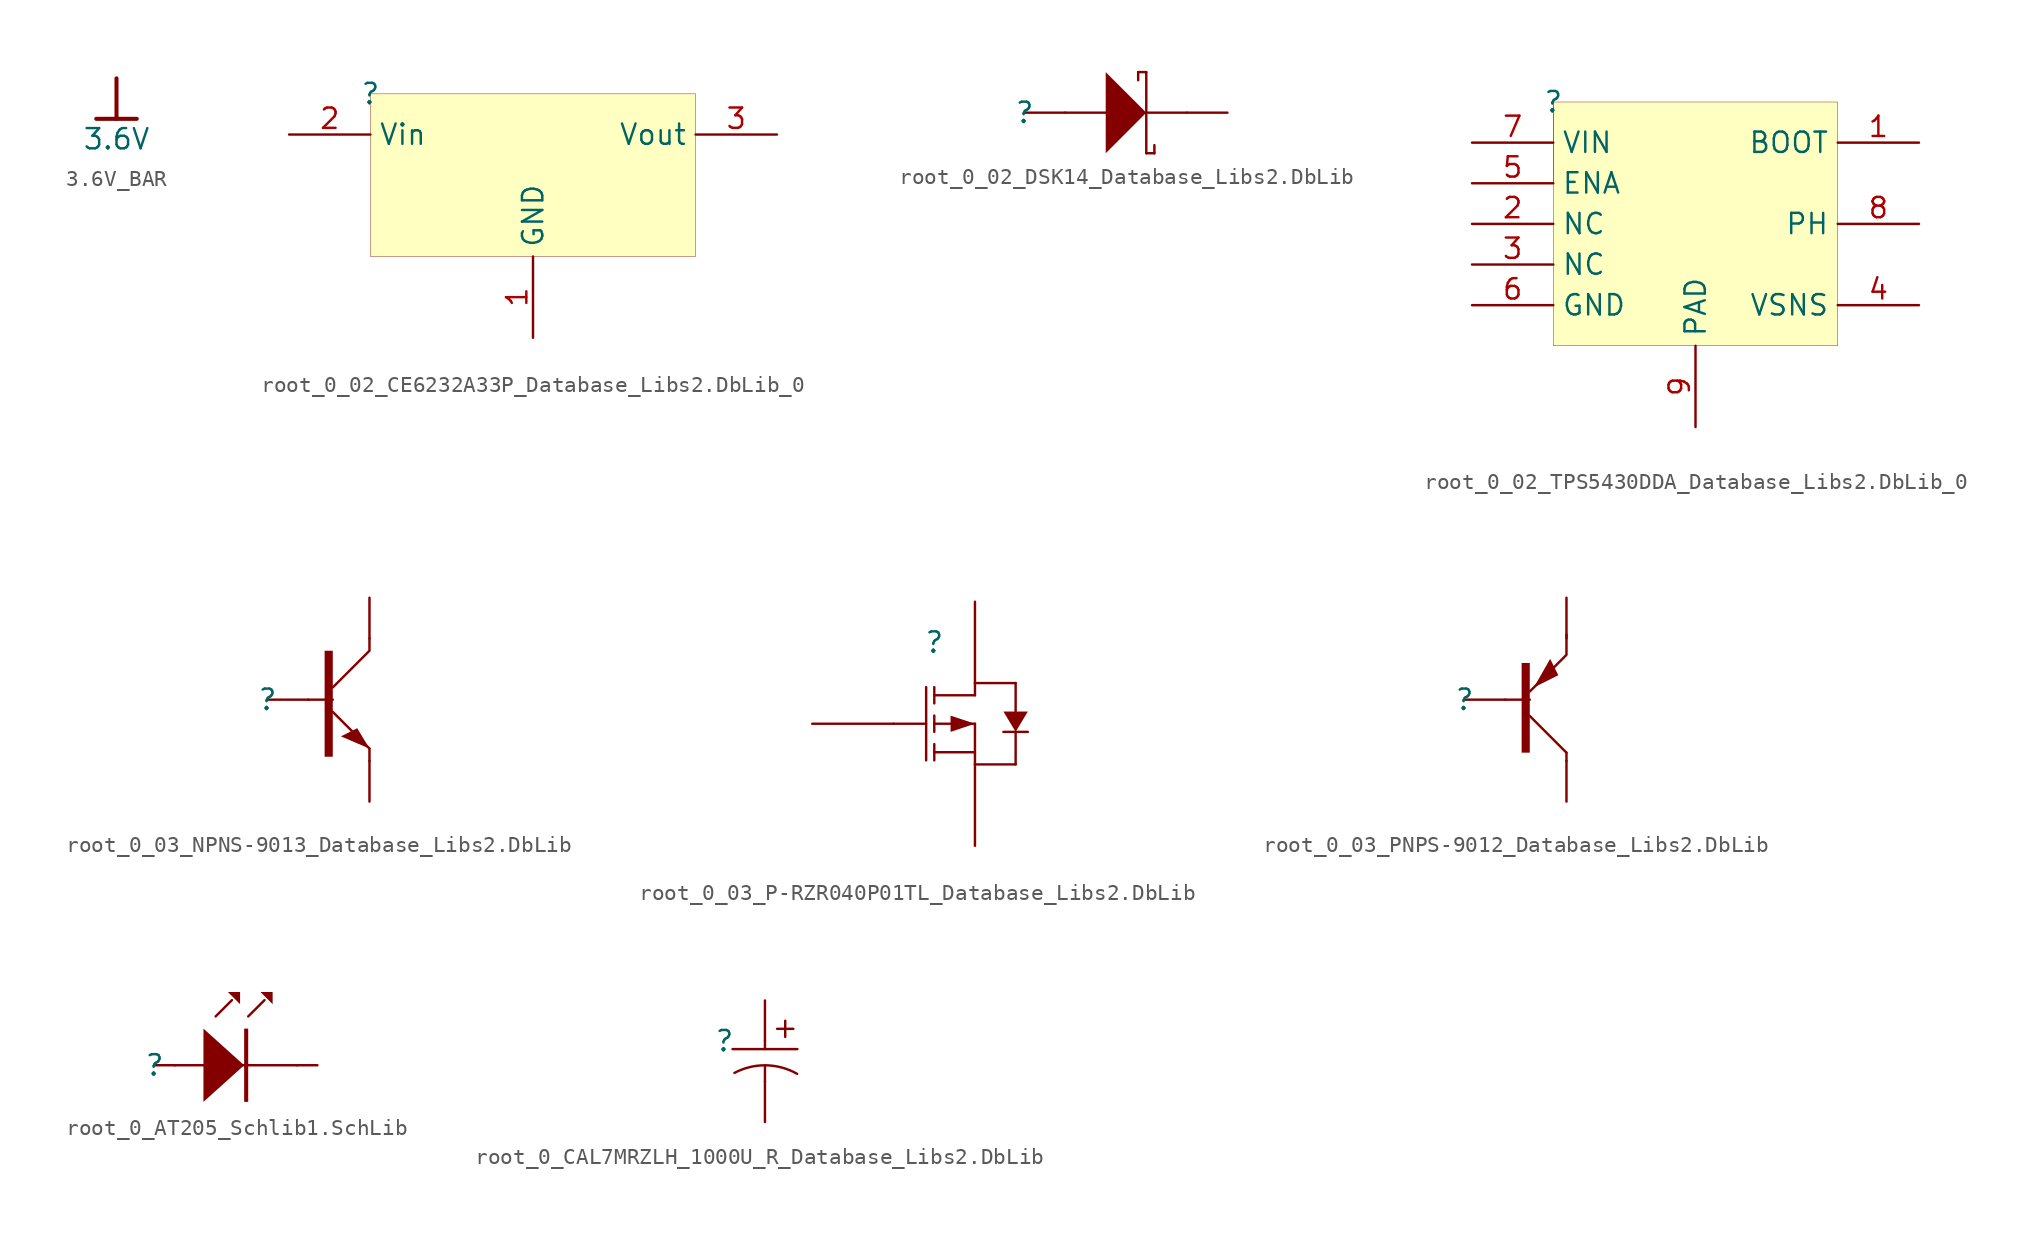
<source format=kicad_sym>
(kicad_symbol_lib
  (version 20241209)
  (generator "kicad_symbol_editor")
  (generator_version "9.0")
  (symbol "3.6V_BAR"
    (power)
    (property "Reference" "#PWR"
      (at 0 0 0)
      (effects (font (size 1.27 1.27)) (hide yes)))
    (property "Value" "3.6V"
      (at 0 -3.81 0)
      (effects (font (size 1.27 1.27))))
    (symbol "3.6V_BAR_0_0"
      (polyline (pts (xy -1.27 -2.54) (xy 1.27 -2.54)) (stroke (width 0.254) (type solid)) (fill (type none)))
      (polyline (pts (xy 0 0) (xy 0 -2.54)) (stroke (width 0.254) (type solid)) (fill (type none)))
      (pin power_in line (at 0 0 0) (length 0) (hide yes) (name "3.6V" (effects (font (size 1.27 1.27)))) (number "" (effects (font (size 1.27 1.27)))))))
  (symbol "root_0_02_CE6232A33P_Database_Libs2.DbLib_0"
    (property "Reference" ""
      (at 0 0 0)
      (effects (font (size 1.27 1.27))))
    (property "Value" ""
      (at 0 0 0)
      (effects (font (size 1.27 1.27))))
    (symbol "root_0_02_CE6232A33P_Database_Libs2.DbLib_0_1_0"
      (rectangle (start 20.32 0) (end 0 -10.16) (stroke (width 0.025) (type solid) (color 128 0 0 1)) (fill (type background)))
      (pin passive line (at -5.08 -2.54 0) (length 5.08) (name "Vin" (effects (font (size 1.27 1.27)))) (number "2" (effects (font (size 1.27 1.27)))))
      (pin passive line (at 10.16 -15.24 90) (length 5.08) (name "GND" (effects (font (size 1.27 1.27)))) (number "1" (effects (font (size 1.27 1.27)))))
      (pin passive line (at 25.4 -2.54 180) (length 5.08) (name "Vout" (effects (font (size 1.27 1.27)))) (number "3" (effects (font (size 1.27 1.27)))))))
  (symbol "root_0_02_DSK14_Database_Libs2.DbLib"
    (pin_numbers
      (hide yes))
    (pin_names
      (hide yes))
    (property "Reference" ""
      (at 0 0 0)
      (effects (font (size 1.27 1.27))))
    (property "Value" ""
      (at 0 0 0)
      (effects (font (size 1.27 1.27))))
    (symbol "root_0_02_DSK14_Database_Libs2.DbLib_1_0"
      (polyline (pts (xy 2.54 0) (xy 5.08 0)) (stroke (width 0) (type solid)) (fill (type none)))
      (polyline (pts (xy 7.112 2.54) (xy 7.112 2.032)) (stroke (width 0) (type solid)) (fill (type none)))
      (polyline (pts (xy 7.62 2.54) (xy 7.112 2.54)) (stroke (width 0) (type solid)) (fill (type none)))
      (polyline (pts (xy 7.62 2.54) (xy 7.62 -2.54)) (stroke (width 0) (type solid)) (fill (type none)))
      (polyline (pts (xy 7.62 0) (xy 10.16 0)) (stroke (width 0) (type solid)) (fill (type none)))
      (polyline (pts (xy 7.62 0) (xy 5.08 -2.54) (xy 5.08 2.54) (xy 7.62 0)) (stroke (width -0.0001) (type solid)) (fill (type outline)))
      (polyline (pts (xy 7.62 -2.54) (xy 8.128 -2.54)) (stroke (width 0) (type solid)) (fill (type none)))
      (polyline (pts (xy 8.128 -2.54) (xy 8.128 -2.032)) (stroke (width 0) (type solid)) (fill (type none)))
      (pin passive line (at 0 0 0) (length 2.54) (name "1" (effects (font (size 1.27 1.27)))) (number "1" (effects (font (size 1.27 1.27)))))
      (pin passive line (at 12.7 0 180) (length 2.54) (name "2" (effects (font (size 1.27 1.27)))) (number "2" (effects (font (size 1.27 1.27)))))))
  (symbol "root_0_02_TPS5430DDA_Database_Libs2.DbLib_0"
    (property "Reference" ""
      (at 0 0 0)
      (effects (font (size 1.27 1.27))))
    (property "Value" ""
      (at 0 0 0)
      (effects (font (size 1.27 1.27))))
    (symbol "root_0_02_TPS5430DDA_Database_Libs2.DbLib_0_1_0"
      (rectangle (start 0 0) (end 0 -5.08) (stroke (width 0.025) (type solid) (color 128 0 0 1)) (fill (type background)))
      (rectangle (start 17.78 0) (end 0 -15.24) (stroke (width 0.025) (type solid) (color 128 0 0 1)) (fill (type background)))
      (pin passive line (at -5.08 -2.54 0) (length 5.08) (name "VIN" (effects (font (size 1.27 1.27)))) (number "7" (effects (font (size 1.27 1.27)))))
      (pin passive line (at -5.08 -5.08 0) (length 5.08) (name "ENA" (effects (font (size 1.27 1.27)))) (number "5" (effects (font (size 1.27 1.27)))))
      (pin passive line (at -5.08 -7.62 0) (length 5.08) (name "NC" (effects (font (size 1.27 1.27)))) (number "2" (effects (font (size 1.27 1.27)))))
      (pin passive line (at -5.08 -10.16 0) (length 5.08) (name "NC" (effects (font (size 1.27 1.27)))) (number "3" (effects (font (size 1.27 1.27)))))
      (pin passive line (at -5.08 -12.7 0) (length 5.08) (name "GND" (effects (font (size 1.27 1.27)))) (number "6" (effects (font (size 1.27 1.27)))))
      (pin passive line (at 8.89 -20.32 90) (length 5.08) (name "PAD" (effects (font (size 1.27 1.27)))) (number "9" (effects (font (size 1.27 1.27)))))
      (pin passive line (at 22.86 -2.54 180) (length 5.08) (name "BOOT" (effects (font (size 1.27 1.27)))) (number "1" (effects (font (size 1.27 1.27)))))
      (pin passive line (at 22.86 -7.62 180) (length 5.08) (name "PH" (effects (font (size 1.27 1.27)))) (number "8" (effects (font (size 1.27 1.27)))))
      (pin passive line (at 22.86 -12.7 180) (length 5.08) (name "VSNS" (effects (font (size 1.27 1.27)))) (number "4" (effects (font (size 1.27 1.27)))))))
  (symbol "root_0_03_NPNS-9013_Database_Libs2.DbLib"
    (pin_numbers
      (hide yes))
    (pin_names
      (hide yes))
    (property "Reference" ""
      (at 0 0 0)
      (effects (font (size 1.27 1.27))))
    (property "Value" ""
      (at 0 0 0)
      (effects (font (size 1.27 1.27))))
    (symbol "root_0_03_NPNS-9013_Database_Libs2.DbLib_1_0"
      (polyline (pts (xy 2.54 0) (xy 4.064 0)) (stroke (width 0) (type solid)) (fill (type none)))
      (polyline (pts (xy 4.064 0.762) (xy 6.35 3.048) (xy 6.35 3.81)) (stroke (width 0) (type solid)) (fill (type none)))
      (polyline (pts (xy 4.064 -0.762) (xy 6.35 -3.048)) (stroke (width 0) (type solid)) (fill (type none)))
      (polyline (pts (xy 4.064 -3.556) (xy 3.556 -3.556) (xy 3.556 3.048) (xy 4.064 3.048) (xy 4.064 -3.556)) (stroke (width -0.0001) (type solid)) (fill (type outline)))
      (polyline (pts (xy 6.35 -3.048) (xy 6.35 -3.81)) (stroke (width 0) (type solid)) (fill (type none)))
      (polyline (pts (xy 6.35 -3.048) (xy 4.572 -2.286) (xy 5.588 -1.778) (xy 6.35 -3.048)) (stroke (width -0.0001) (type solid)) (fill (type outline)))
      (pin passive line (at 0 0 0) (length 2.54) (name "B" (effects (font (size 1.27 1.27)))) (number "1" (effects (font (size 1.27 1.27)))))
      (pin passive line (at 6.35 6.35 270) (length 2.54) (name "C" (effects (font (size 1.27 1.27)))) (number "3" (effects (font (size 1.27 1.27)))))
      (pin passive line (at 6.35 -6.35 90) (length 2.54) (name "E" (effects (font (size 1.27 1.27)))) (number "2" (effects (font (size 1.27 1.27)))))))
  (symbol "root_0_03_P-RZR040P01TL_Database_Libs2.DbLib"
    (pin_numbers
      (hide yes))
    (pin_names
      (hide yes))
    (property "Reference" ""
      (at 0 0 0)
      (effects (font (size 1.27 1.27))))
    (property "Value" ""
      (at 0 0 0)
      (effects (font (size 1.27 1.27))))
    (symbol "root_0_03_P-RZR040P01TL_Database_Libs2.DbLib_1_0"
      (polyline (pts (xy -2.54 -5.08) (xy -0.508 -5.08)) (stroke (width 0) (type solid)) (fill (type none)))
      (polyline (pts (xy -0.508 -2.794) (xy -0.508 -7.366)) (stroke (width 0) (type solid)) (fill (type none)))
      (polyline (pts (xy 0 -2.794) (xy 0 -3.81)) (stroke (width 0) (type solid)) (fill (type none)))
      (polyline (pts (xy 0 -5.588) (xy 0 -4.572)) (stroke (width 0) (type solid)) (fill (type none)))
      (polyline (pts (xy 0 -7.366) (xy 0 -6.35)) (stroke (width 0) (type solid)) (fill (type none)))
      (polyline (pts (xy 2.54 -2.54) (xy 5.08 -2.54)) (stroke (width 0) (type solid)) (fill (type none)))
      (polyline (pts (xy 2.54 -3.302) (xy 0 -3.302)) (stroke (width 0) (type solid)) (fill (type none)))
      (polyline (pts (xy 2.54 -3.302) (xy 2.54 -2.54)) (stroke (width 0) (type solid)) (fill (type none)))
      (polyline (pts (xy 2.54 -5.08) (xy 0 -5.08)) (stroke (width 0) (type solid)) (fill (type none)))
      (polyline (pts (xy 2.54 -5.08) (xy 2.54 -7.62)) (stroke (width 0) (type solid)) (fill (type none)))
      (polyline (pts (xy 2.54 -5.08) (xy 1.016 -4.572) (xy 1.016 -5.588) (xy 2.54 -5.08)) (stroke (width -0.0001) (type solid)) (fill (type outline)))
      (polyline (pts (xy 2.54 -6.858) (xy 0 -6.858)) (stroke (width 0) (type solid)) (fill (type none)))
      (polyline (pts (xy 2.54 -7.62) (xy 5.08 -7.62)) (stroke (width 0) (type solid)) (fill (type none)))
      (polyline (pts (xy 5.08 -2.54) (xy 5.08 -4.318)) (stroke (width 0) (type solid)) (fill (type none)))
      (polyline (pts (xy 5.08 -5.588) (xy 5.842 -4.318) (xy 4.318 -4.318) (xy 5.08 -5.588)) (stroke (width -0.0001) (type solid)) (fill (type outline)))
      (polyline (pts (xy 5.08 -7.62) (xy 5.08 -5.588)) (stroke (width 0) (type solid)) (fill (type none)))
      (polyline (pts (xy 5.842 -5.588) (xy 4.318 -5.588)) (stroke (width 0) (type solid)) (fill (type none)))
      (pin passive line (at -7.62 -5.08 0) (length 5.08) (name "G" (effects (font (size 1.27 1.27)))) (number "1" (effects (font (size 1.27 1.27)))))
      (pin passive line (at 2.54 2.54 270) (length 5.08) (name "D" (effects (font (size 1.27 1.27)))) (number "3" (effects (font (size 1.27 1.27)))))
      (pin passive line (at 2.54 -12.7 90) (length 5.08) (name "S" (effects (font (size 1.27 1.27)))) (number "2" (effects (font (size 1.27 1.27)))))))
  (symbol "root_0_03_PNPS-9012_Database_Libs2.DbLib"
    (pin_numbers
      (hide yes))
    (pin_names
      (hide yes))
    (property "Reference" ""
      (at 0 0 0)
      (effects (font (size 1.27 1.27))))
    (property "Value" ""
      (at 0 0 0)
      (effects (font (size 1.27 1.27))))
    (symbol "root_0_03_PNPS-9012_Database_Libs2.DbLib_1_0"
      (polyline (pts (xy 2.54 0) (xy 4.064 0)) (stroke (width 0) (type solid)) (fill (type none)))
      (polyline (pts (xy 4.064 0.508) (xy 6.35 2.794) (xy 6.35 4.064)) (stroke (width 0) (type solid)) (fill (type none)))
      (polyline (pts (xy 4.064 -1.016) (xy 6.35 -3.302)) (stroke (width 0) (type solid)) (fill (type none)))
      (polyline (pts (xy 4.064 -3.302) (xy 3.556 -3.302) (xy 3.556 2.286) (xy 4.064 2.286) (xy 4.064 -3.302)) (stroke (width -0.0001) (type solid)) (fill (type outline)))
      (polyline (pts (xy 4.318 0.762) (xy 5.334 2.54) (xy 5.842 1.524) (xy 4.318 0.762)) (stroke (width -0.0001) (type solid)) (fill (type outline)))
      (polyline (pts (xy 6.35 -3.302) (xy 6.35 -3.81)) (stroke (width 0) (type solid)) (fill (type none)))
      (pin passive line (at 0 0 0) (length 2.54) (name "B" (effects (font (size 1.27 1.27)))) (number "1" (effects (font (size 1.27 1.27)))))
      (pin passive line (at 6.35 6.35 270) (length 2.54) (name "E" (effects (font (size 1.27 1.27)))) (number "2" (effects (font (size 1.27 1.27)))))
      (pin passive line (at 6.35 -6.35 90) (length 2.54) (name "C" (effects (font (size 1.27 1.27)))) (number "3" (effects (font (size 1.27 1.27)))))))
  (symbol "root_0_AT205_Schlib1.SchLib"
    (pin_numbers
      (hide yes))
    (pin_names
      (hide yes))
    (property "Reference" ""
      (at 0 0 0)
      (effects (font (size 1.27 1.27))))
    (property "Value" ""
      (at 0 0 0)
      (effects (font (size 1.27 1.27))))
    (symbol "root_0_AT205_Schlib1.SchLib_1_0"
      (polyline (pts (xy 1.27 0) (xy 8.89 0)) (stroke (width 0) (type solid)) (fill (type none)))
      (polyline (pts (xy 3.048 2.286) (xy 5.588 0) (xy 3.048 -2.286) (xy 3.048 2.286)) (stroke (width -0.0001) (type solid)) (fill (type outline)))
      (polyline (pts (xy 4.572 4.572) (xy 5.334 4.572) (xy 5.334 3.81) (xy 4.572 4.572)) (stroke (width -0.0001) (type solid)) (fill (type outline)))
      (polyline (pts (xy 4.826 4.064) (xy 3.81 3.048)) (stroke (width 0) (type solid)) (fill (type none)))
      (polyline (pts (xy 5.588 2.286) (xy 5.842 2.286) (xy 5.842 -2.286) (xy 5.588 -2.286) (xy 5.588 2.286)) (stroke (width -0.0001) (type solid)) (fill (type outline)))
      (polyline (pts (xy 6.604 4.572) (xy 7.366 4.572) (xy 7.366 3.81) (xy 6.604 4.572)) (stroke (width -0.0001) (type solid)) (fill (type outline)))
      (polyline (pts (xy 6.858 4.064) (xy 5.842 3.048)) (stroke (width 0) (type solid)) (fill (type none)))
      (pin passive line (at 0 0 0) (length 1.27) (name "1" (effects (font (size 1.27 1.27)))) (number "1" (effects (font (size 1.27 1.27)))))
      (pin passive line (at 10.16 0 180) (length 1.27) (name "2" (effects (font (size 1.27 1.27)))) (number "2" (effects (font (size 1.27 1.27)))))))
  (symbol "root_0_CAL7MRZLH_1000U_R_Database_Libs2.DbLib"
    (pin_numbers
      (hide yes))
    (pin_names
      (hide yes))
    (property "Reference" ""
      (at 0 0 0)
      (effects (font (size 1.27 1.27))))
    (property "Value" ""
      (at 0 0 0)
      (effects (font (size 1.27 1.27))))
    (symbol "root_0_CAL7MRZLH_1000U_R_Database_Libs2.DbLib_1_0"
      (polyline (pts (xy 0.508 -0.508) (xy 4.572 -0.508)) (stroke (width 0) (type solid)) (fill (type none)))
      (polyline (pts (xy 2.54 0) (xy 2.54 -0.508)) (stroke (width 0) (type solid)) (fill (type none)))
      (polyline (pts (xy 2.54 -2.54) (xy 2.54 -1.524)) (stroke (width 0) (type solid)) (fill (type none)))
      (arc (start 0.6276 -2.0021) (mid 2.5994 -1.5245) (end 4.5563 -2.0595) (stroke (width 0) (type solid)) (fill (type none)))
      (polyline (pts (xy 3.302 0.762) (xy 4.318 0.762)) (stroke (width 0) (type solid)) (fill (type none)))
      (polyline (pts (xy 3.81 0.254) (xy 3.81 1.27)) (stroke (width 0) (type solid)) (fill (type none)))
      (pin passive line (at 2.54 2.54 270) (length 2.54) (name "1" (effects (font (size 1.27 1.27)))) (number "1" (effects (font (size 1.27 1.27)))))
      (pin passive line (at 2.54 -5.08 90) (length 2.54) (name "2" (effects (font (size 1.27 1.27)))) (number "2" (effects (font (size 1.27 1.27))))))))
</source>
